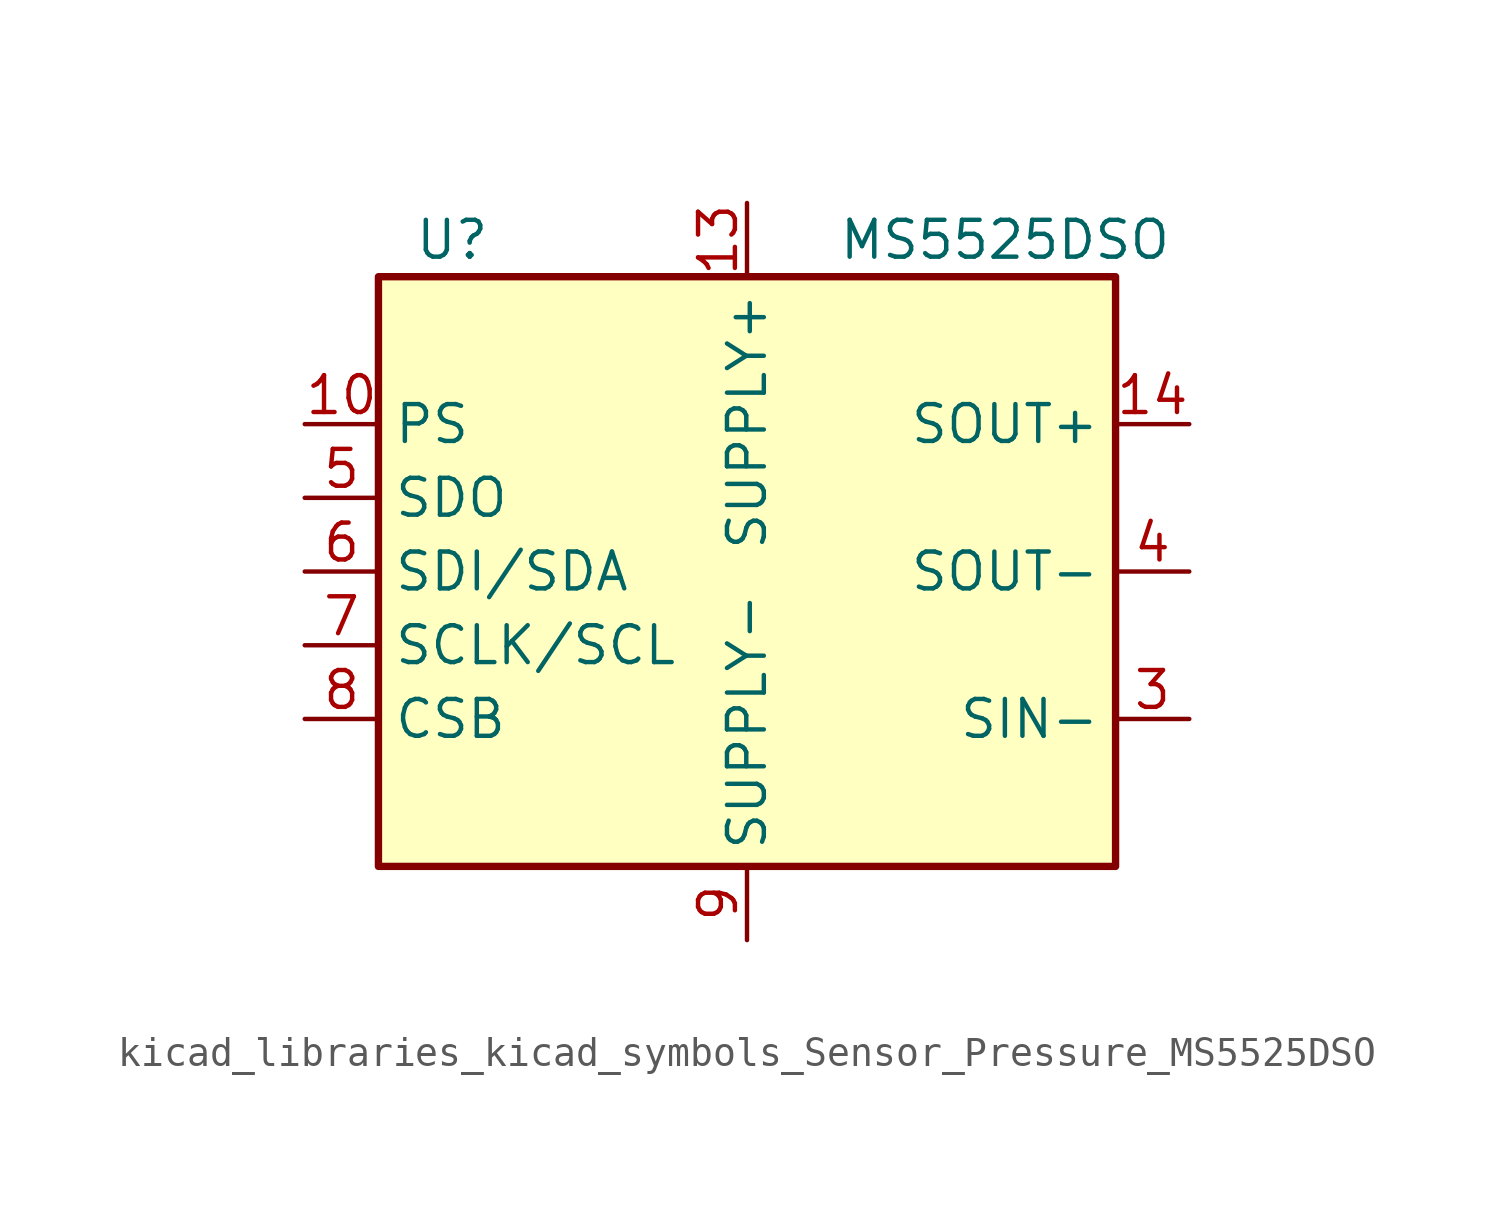
<source format=kicad_sym>
(kicad_symbol_lib
  (version 20220914)
  (generator kicad_symbol_editor)
  (symbol "kicad_libraries_kicad_symbols_Sensor_Pressure_MS5525DSO"
    (property "Reference" "U"
      (at -10.16 11.43 0)
      (effects (font (size 1.27 1.27))))
    (property "Value" "MS5525DSO"
      (at 8.89 11.43 0)
      (effects (font (size 1.27 1.27))))
    (symbol "kicad_libraries_kicad_symbols_Sensor_Pressure_MS5525DSO_0_1"
      (rectangle (start -12.7 10.16) (end 12.7 -10.16) (stroke (width 0.254) (type default)) (fill (type background))))
    (symbol "kicad_libraries_kicad_symbols_Sensor_Pressure_MS5525DSO_1_1"
      (pin passive line (at 15.24 -5.08 180) (length 2.54) hide (name "SIN-" (effects (font (size 1.27 1.27)))) (number "1" (effects (font (size 1.27 1.27)))))
      (pin input line (at -15.24 5.08 0) (length 2.54) (name "PS" (effects (font (size 1.27 1.27)))) (number "10" (effects (font (size 1.27 1.27)))))
      (pin passive line (at 0 12.7 270) (length 2.54) hide (name "SUPPLY+" (effects (font (size 1.27 1.27)))) (number "11" (effects (font (size 1.27 1.27)))))
      (pin passive line (at 15.24 5.08 180) (length 2.54) hide (name "SOUT+" (effects (font (size 1.27 1.27)))) (number "12" (effects (font (size 1.27 1.27)))))
      (pin power_in line (at 0 12.7 270) (length 2.54) (name "SUPPLY+" (effects (font (size 1.27 1.27)))) (number "13" (effects (font (size 1.27 1.27)))))
      (pin passive line (at 15.24 5.08 180) (length 2.54) (name "SOUT+" (effects (font (size 1.27 1.27)))) (number "14" (effects (font (size 1.27 1.27)))))
      (pin passive line (at 15.24 0 180) (length 2.54) hide (name "SOUT-" (effects (font (size 1.27 1.27)))) (number "2" (effects (font (size 1.27 1.27)))))
      (pin passive line (at 15.24 -5.08 180) (length 2.54) (name "SIN-" (effects (font (size 1.27 1.27)))) (number "3" (effects (font (size 1.27 1.27)))))
      (pin passive line (at 15.24 0 180) (length 2.54) (name "SOUT-" (effects (font (size 1.27 1.27)))) (number "4" (effects (font (size 1.27 1.27)))))
      (pin output line (at -15.24 2.54 0) (length 2.54) (name "SDO" (effects (font (size 1.27 1.27)))) (number "5" (effects (font (size 1.27 1.27)))))
      (pin input line (at -15.24 0 0) (length 2.54) (name "SDI/SDA" (effects (font (size 1.27 1.27)))) (number "6" (effects (font (size 1.27 1.27)))))
      (pin input line (at -15.24 -2.54 0) (length 2.54) (name "SCLK/SCL" (effects (font (size 1.27 1.27)))) (number "7" (effects (font (size 1.27 1.27)))))
      (pin input line (at -15.24 -5.08 0) (length 2.54) (name "CSB" (effects (font (size 1.27 1.27)))) (number "8" (effects (font (size 1.27 1.27)))))
      (pin power_in line (at 0 -12.7 90) (length 2.54) (name "SUPPLY-" (effects (font (size 1.27 1.27)))) (number "9" (effects (font (size 1.27 1.27))))))))
</source>
